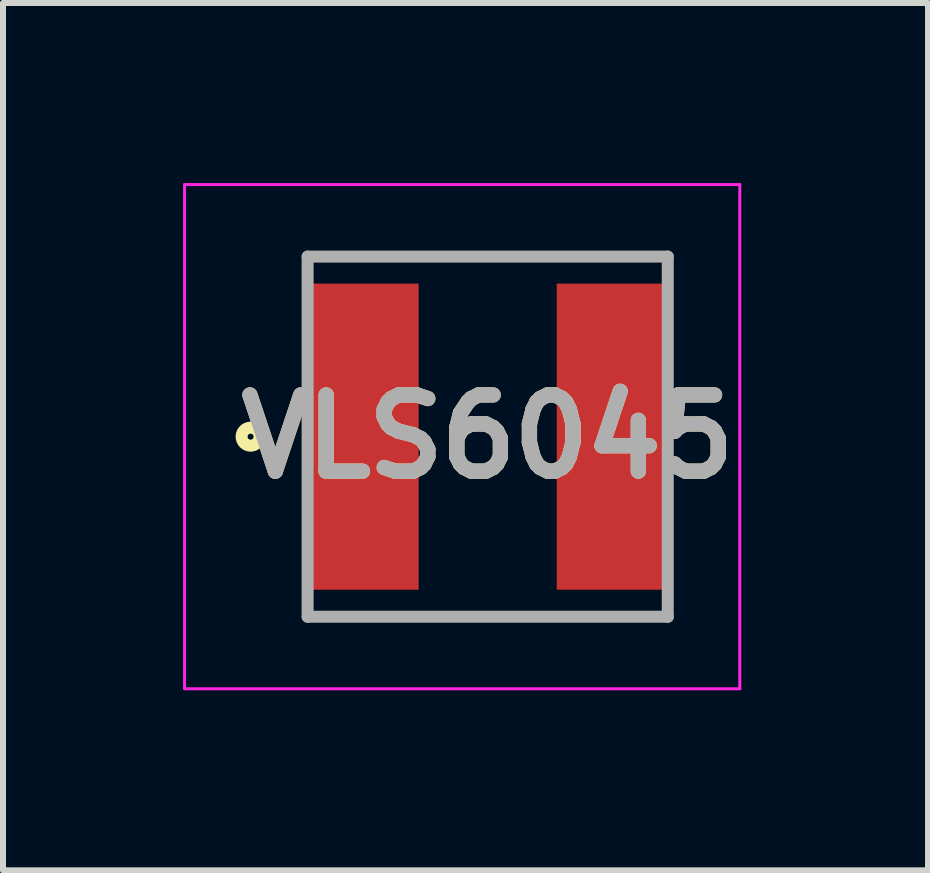
<source format=kicad_pcb>
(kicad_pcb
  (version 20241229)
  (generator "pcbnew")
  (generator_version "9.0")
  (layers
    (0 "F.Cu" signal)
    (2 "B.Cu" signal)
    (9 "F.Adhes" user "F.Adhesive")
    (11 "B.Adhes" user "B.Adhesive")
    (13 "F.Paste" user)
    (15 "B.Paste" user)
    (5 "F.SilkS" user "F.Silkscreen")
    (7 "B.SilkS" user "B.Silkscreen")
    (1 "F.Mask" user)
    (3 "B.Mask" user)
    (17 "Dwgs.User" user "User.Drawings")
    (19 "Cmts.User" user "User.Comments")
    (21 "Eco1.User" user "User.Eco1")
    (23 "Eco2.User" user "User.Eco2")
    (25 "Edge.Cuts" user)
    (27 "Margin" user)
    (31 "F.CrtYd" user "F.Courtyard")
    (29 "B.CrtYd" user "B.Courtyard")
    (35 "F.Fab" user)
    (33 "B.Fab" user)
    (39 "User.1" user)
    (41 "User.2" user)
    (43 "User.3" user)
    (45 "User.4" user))
  (footprint "VLS6045"
    (layer "F.Cu")
    (at 5.075 4.225)
    (property "Reference" "VLS6045" (at 0 0 0) (layer "F.SilkS") (effects (font (size 1.27 1.27) (thickness 0.254))))
    (attr smd)
    (fp_circle (center -3.95 0) (end -3.95 0.05) (stroke (width 0.2) (type solid)) (fill no) (layer "F.SilkS"))
    (fp_line (start -5.05 -4.2) (end 4.2 -4.2) (stroke (width 0.05) (type solid)) (layer "F.CrtYd"))
    (fp_line (start -5.05 4.2) (end -5.05 -4.2) (stroke (width 0.05) (type solid)) (layer "F.CrtYd"))
    (fp_line (start 4.2 -4.2) (end 4.2 4.2) (stroke (width 0.05) (type solid)) (layer "F.CrtYd"))
    (fp_line (start 4.2 4.2) (end -5.05 4.2) (stroke (width 0.05) (type solid)) (layer "F.CrtYd"))
    (fp_line (start -3 -3) (end 3 -3) (stroke (width 0.2) (type solid)) (layer "F.Fab"))
    (fp_line (start -3 3) (end -3 -3) (stroke (width 0.2) (type solid)) (layer "F.Fab"))
    (fp_line (start 3 -3) (end 3 3) (stroke (width 0.2) (type solid)) (layer "F.Fab"))
    (fp_line (start 3 3) (end -3 3) (stroke (width 0.2) (type solid)) (layer "F.Fab"))
    (fp_text user "${REFERENCE}" (at 0 0 0) (layer "F.Fab") (effects (font (size 1.27 1.27) (thickness 0.254))))
    (pad "1" smd rect (at -2.1 0) (size 1.9 5.1) (layers "F.Cu" "F.Mask" "F.Paste"))
    (pad "2" smd rect (at 2.1 0) (size 1.9 5.1) (layers "F.Cu" "F.Mask" "F.Paste")))
  (gr_rect
    (start -3 -3)
    (end 12.411 11.45)
    (stroke (width 0.1) (type default))
    (fill no)
    (layer "Edge.Cuts")))
</source>
